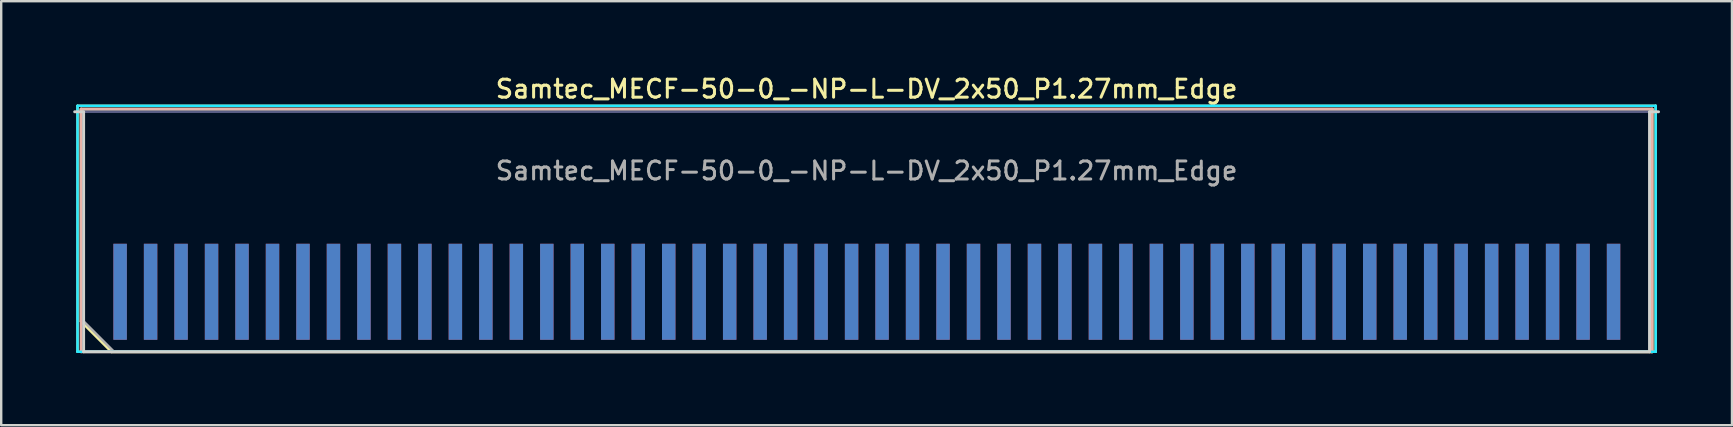
<source format=kicad_pcb>
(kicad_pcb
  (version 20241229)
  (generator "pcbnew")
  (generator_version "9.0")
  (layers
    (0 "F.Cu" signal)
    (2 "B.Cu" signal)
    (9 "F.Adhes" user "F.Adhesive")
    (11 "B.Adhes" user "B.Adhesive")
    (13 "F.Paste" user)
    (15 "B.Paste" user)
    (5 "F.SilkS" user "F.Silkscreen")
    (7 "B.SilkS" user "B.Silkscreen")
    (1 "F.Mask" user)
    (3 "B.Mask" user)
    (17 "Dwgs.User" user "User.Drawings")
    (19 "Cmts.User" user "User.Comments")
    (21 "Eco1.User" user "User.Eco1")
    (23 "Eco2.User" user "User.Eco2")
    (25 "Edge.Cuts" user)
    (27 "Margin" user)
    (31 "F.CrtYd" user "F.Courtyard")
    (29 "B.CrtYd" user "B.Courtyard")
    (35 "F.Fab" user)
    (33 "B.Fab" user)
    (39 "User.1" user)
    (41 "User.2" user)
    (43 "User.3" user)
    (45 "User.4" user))
  (footprint "Samtec_MECF-50-0_-NP-L-DV_2x50_P1.27mm_Edge"
    (layer "F.Cu")
    (at 33.06 6.608)
    (property "Reference" "Samtec_MECF-50-0_-NP-L-DV_2x50_P1.27mm_Edge" (at 0 -5.95 0) (layer "F.SilkS") (effects (font (size 0.75 0.75) (thickness 0.125))))
    (attr exclude_from_pos_files exclude_from_bom)
    (fp_line (start -32.88 -5.25) (end -32.88 5) (stroke (width 0.1) (type solid)) (layer "F.SilkS"))
    (fp_line (start -32.88 5) (end 32.88 5) (stroke (width 0.1) (type solid)) (layer "F.SilkS"))
    (fp_line (start -32.73 -5.11) (end 32.73 -5.11) (stroke (width 0.12) (type solid)) (layer "F.SilkS"))
    (fp_line (start -32.73 3.73) (end -32.73 -5.11) (stroke (width 0.12) (type solid)) (layer "F.SilkS"))
    (fp_line (start -31.46 5) (end -32.73 3.73) (stroke (width 0.12) (type solid)) (layer "F.SilkS"))
    (fp_line (start -31.46 5) (end 32.73 5) (stroke (width 0.12) (type solid)) (layer "F.SilkS"))
    (fp_line (start 32.73 5) (end 32.73 -5.11) (stroke (width 0.12) (type solid)) (layer "F.SilkS"))
    (fp_line (start 32.88 -5.25) (end -32.88 -5.25) (stroke (width 0.1) (type solid)) (layer "F.SilkS"))
    (fp_line (start 32.88 5) (end 32.88 -5.25) (stroke (width 0.1) (type solid)) (layer "F.SilkS"))
    (fp_line (start -32.73 -5.11) (end 32.73 -5.11) (stroke (width 0.12) (type solid)) (layer "B.SilkS"))
    (fp_line (start -32.73 5) (end -32.73 -5.11) (stroke (width 0.12) (type solid)) (layer "B.SilkS"))
    (fp_line (start -32.73 5) (end 32.73 5) (stroke (width 0.12) (type solid)) (layer "B.SilkS"))
    (fp_line (start 32.73 5) (end 32.73 -5.11) (stroke (width 0.12) (type solid)) (layer "B.SilkS"))
    (fp_line (start -33 -5) (end -32.625 -5) (stroke (width 0.12) (type solid)) (layer "Edge.Cuts"))
    (fp_line (start -32.625 5) (end -32.625 -5) (stroke (width 0.12) (type solid)) (layer "Edge.Cuts"))
    (fp_line (start -32.625 5) (end 32.625 5) (stroke (width 0.12) (type solid)) (layer "Edge.Cuts"))
    (fp_line (start 32.625 5) (end 32.625 -5) (stroke (width 0.12) (type solid)) (layer "Edge.Cuts"))
    (fp_line (start 33 -5) (end 32.625 -5) (stroke (width 0.12) (type solid)) (layer "Edge.Cuts"))
    (fp_line (start -32.88 -5.25) (end -32.88 5) (stroke (width 0.1) (type solid)) (layer "B.CrtYd"))
    (fp_line (start -32.88 5) (end 32.88 5) (stroke (width 0.1) (type solid)) (layer "B.CrtYd"))
    (fp_line (start 32.88 -5.25) (end -32.88 -5.25) (stroke (width 0.1) (type solid)) (layer "B.CrtYd"))
    (fp_line (start 32.88 5) (end 32.88 -5.25) (stroke (width 0.1) (type solid)) (layer "B.CrtYd"))
    (fp_line (start -32.625 -5) (end 32.625 -5) (stroke (width 0.1) (type solid)) (layer "B.Fab"))
    (fp_line (start -32.625 5) (end -32.625 -5) (stroke (width 0.1) (type solid)) (layer "B.Fab"))
    (fp_line (start -32.625 5) (end 32.625 5) (stroke (width 0.1) (type solid)) (layer "B.Fab"))
    (fp_line (start 32.625 5) (end 32.625 -5) (stroke (width 0.1) (type solid)) (layer "B.Fab"))
    (fp_line (start -32.625 -5) (end 32.625 -5) (stroke (width 0.1) (type solid)) (layer "F.Fab"))
    (fp_line (start -32.625 3.73) (end -32.625 -5) (stroke (width 0.1) (type solid)) (layer "F.Fab"))
    (fp_line (start -32.625 3.73) (end -31.355 5) (stroke (width 0.1) (type solid)) (layer "F.Fab"))
    (fp_line (start -31.355 5) (end 32.625 5) (stroke (width 0.1) (type solid)) (layer "F.Fab"))
    (fp_line (start 32.625 5) (end 32.625 -5) (stroke (width 0.1) (type solid)) (layer "F.Fab"))
    (fp_text user "${REFERENCE}" (at 0 -2.54 0) (layer "F.Fab") (effects (font (size 0.75 0.75) (thickness 0.125))))
    (pad "1" connect rect (at -31.105 2.5) (size 0.56 4) (layers "F.Cu" "F.Mask"))
    (pad "2" connect rect (at -31.105 2.5) (size 0.56 4) (layers "B.Cu" "B.Mask"))
    (pad "3" connect rect (at -29.835 2.5) (size 0.56 4) (layers "F.Cu" "F.Mask"))
    (pad "4" connect rect (at -29.835 2.5) (size 0.56 4) (layers "B.Cu" "B.Mask"))
    (pad "5" connect rect (at -28.565 2.5) (size 0.56 4) (layers "F.Cu" "F.Mask"))
    (pad "6" connect rect (at -28.565 2.5) (size 0.56 4) (layers "B.Cu" "B.Mask"))
    (pad "7" connect rect (at -27.295 2.5) (size 0.56 4) (layers "F.Cu" "F.Mask"))
    (pad "8" connect rect (at -27.295 2.5) (size 0.56 4) (layers "B.Cu" "B.Mask"))
    (pad "9" connect rect (at -26.025 2.5) (size 0.56 4) (layers "F.Cu" "F.Mask"))
    (pad "10" connect rect (at -26.025 2.5) (size 0.56 4) (layers "B.Cu" "B.Mask"))
    (pad "11" connect rect (at -24.755 2.5) (size 0.56 4) (layers "F.Cu" "F.Mask"))
    (pad "12" connect rect (at -24.755 2.5) (size 0.56 4) (layers "B.Cu" "B.Mask"))
    (pad "13" connect rect (at -23.485 2.5) (size 0.56 4) (layers "F.Cu" "F.Mask"))
    (pad "14" connect rect (at -23.485 2.5) (size 0.56 4) (layers "B.Cu" "B.Mask"))
    (pad "15" connect rect (at -22.215 2.5) (size 0.56 4) (layers "F.Cu" "F.Mask"))
    (pad "16" connect rect (at -22.215 2.5) (size 0.56 4) (layers "B.Cu" "B.Mask"))
    (pad "17" connect rect (at -20.945 2.5) (size 0.56 4) (layers "F.Cu" "F.Mask"))
    (pad "18" connect rect (at -20.945 2.5) (size 0.56 4) (layers "B.Cu" "B.Mask"))
    (pad "19" connect rect (at -19.675 2.5) (size 0.56 4) (layers "F.Cu" "F.Mask"))
    (pad "20" connect rect (at -19.675 2.5) (size 0.56 4) (layers "B.Cu" "B.Mask"))
    (pad "21" connect rect (at -18.405 2.5) (size 0.56 4) (layers "F.Cu" "F.Mask"))
    (pad "22" connect rect (at -18.405 2.5) (size 0.56 4) (layers "B.Cu" "B.Mask"))
    (pad "23" connect rect (at -17.135 2.5) (size 0.56 4) (layers "F.Cu" "F.Mask"))
    (pad "24" connect rect (at -17.135 2.5) (size 0.56 4) (layers "B.Cu" "B.Mask"))
    (pad "25" connect rect (at -15.865 2.5) (size 0.56 4) (layers "F.Cu" "F.Mask"))
    (pad "26" connect rect (at -15.865 2.5) (size 0.56 4) (layers "B.Cu" "B.Mask"))
    (pad "27" connect rect (at -14.595 2.5) (size 0.56 4) (layers "F.Cu" "F.Mask"))
    (pad "28" connect rect (at -14.595 2.5) (size 0.56 4) (layers "B.Cu" "B.Mask"))
    (pad "29" connect rect (at -13.325 2.5) (size 0.56 4) (layers "F.Cu" "F.Mask"))
    (pad "30" connect rect (at -13.325 2.5) (size 0.56 4) (layers "B.Cu" "B.Mask"))
    (pad "31" connect rect (at -12.055 2.5) (size 0.56 4) (layers "F.Cu" "F.Mask"))
    (pad "32" connect rect (at -12.055 2.5) (size 0.56 4) (layers "B.Cu" "B.Mask"))
    (pad "33" connect rect (at -10.785 2.5) (size 0.56 4) (layers "F.Cu" "F.Mask"))
    (pad "34" connect rect (at -10.785 2.5) (size 0.56 4) (layers "B.Cu" "B.Mask"))
    (pad "35" connect rect (at -9.515 2.5) (size 0.56 4) (layers "F.Cu" "F.Mask"))
    (pad "36" connect rect (at -9.515 2.5) (size 0.56 4) (layers "B.Cu" "B.Mask"))
    (pad "37" connect rect (at -8.245 2.5) (size 0.56 4) (layers "F.Cu" "F.Mask"))
    (pad "38" connect rect (at -8.245 2.5) (size 0.56 4) (layers "B.Cu" "B.Mask"))
    (pad "39" connect rect (at -6.975 2.5) (size 0.56 4) (layers "F.Cu" "F.Mask"))
    (pad "40" connect rect (at -6.975 2.5) (size 0.56 4) (layers "B.Cu" "B.Mask"))
    (pad "41" connect rect (at -5.705 2.5) (size 0.56 4) (layers "F.Cu" "F.Mask"))
    (pad "42" connect rect (at -5.705 2.5) (size 0.56 4) (layers "B.Cu" "B.Mask"))
    (pad "43" connect rect (at -4.435 2.5) (size 0.56 4) (layers "F.Cu" "F.Mask"))
    (pad "44" connect rect (at -4.435 2.5) (size 0.56 4) (layers "B.Cu" "B.Mask"))
    (pad "45" connect rect (at -3.165 2.5) (size 0.56 4) (layers "F.Cu" "F.Mask"))
    (pad "46" connect rect (at -3.165 2.5) (size 0.56 4) (layers "B.Cu" "B.Mask"))
    (pad "47" connect rect (at -1.895 2.5) (size 0.56 4) (layers "F.Cu" "F.Mask"))
    (pad "48" connect rect (at -1.895 2.5) (size 0.56 4) (layers "B.Cu" "B.Mask"))
    (pad "49" connect rect (at -0.625 2.5) (size 0.56 4) (layers "F.Cu" "F.Mask"))
    (pad "50" connect rect (at -0.625 2.5) (size 0.56 4) (layers "B.Cu" "B.Mask"))
    (pad "51" connect rect (at 0.645 2.5) (size 0.56 4) (layers "F.Cu" "F.Mask"))
    (pad "52" connect rect (at 0.645 2.5) (size 0.56 4) (layers "B.Cu" "B.Mask"))
    (pad "53" connect rect (at 1.915 2.5) (size 0.56 4) (layers "F.Cu" "F.Mask"))
    (pad "54" connect rect (at 1.915 2.5) (size 0.56 4) (layers "B.Cu" "B.Mask"))
    (pad "55" connect rect (at 3.185 2.5) (size 0.56 4) (layers "F.Cu" "F.Mask"))
    (pad "56" connect rect (at 3.185 2.5) (size 0.56 4) (layers "B.Cu" "B.Mask"))
    (pad "57" connect rect (at 4.455 2.5) (size 0.56 4) (layers "F.Cu" "F.Mask"))
    (pad "58" connect rect (at 4.455 2.5) (size 0.56 4) (layers "B.Cu" "B.Mask"))
    (pad "59" connect rect (at 5.725 2.5) (size 0.56 4) (layers "F.Cu" "F.Mask"))
    (pad "60" connect rect (at 5.725 2.5) (size 0.56 4) (layers "B.Cu" "B.Mask"))
    (pad "61" connect rect (at 6.995 2.5) (size 0.56 4) (layers "F.Cu" "F.Mask"))
    (pad "62" connect rect (at 6.995 2.5) (size 0.56 4) (layers "B.Cu" "B.Mask"))
    (pad "63" connect rect (at 8.265 2.5) (size 0.56 4) (layers "F.Cu" "F.Mask"))
    (pad "64" connect rect (at 8.265 2.5) (size 0.56 4) (layers "B.Cu" "B.Mask"))
    (pad "65" connect rect (at 9.535 2.5) (size 0.56 4) (layers "F.Cu" "F.Mask"))
    (pad "66" connect rect (at 9.535 2.5) (size 0.56 4) (layers "B.Cu" "B.Mask"))
    (pad "67" connect rect (at 10.805 2.5) (size 0.56 4) (layers "F.Cu" "F.Mask"))
    (pad "68" connect rect (at 10.805 2.5) (size 0.56 4) (layers "B.Cu" "B.Mask"))
    (pad "69" connect rect (at 12.075 2.5) (size 0.56 4) (layers "F.Cu" "F.Mask"))
    (pad "70" connect rect (at 12.075 2.5) (size 0.56 4) (layers "B.Cu" "B.Mask"))
    (pad "71" connect rect (at 13.345 2.5) (size 0.56 4) (layers "F.Cu" "F.Mask"))
    (pad "72" connect rect (at 13.345 2.5) (size 0.56 4) (layers "B.Cu" "B.Mask"))
    (pad "73" connect rect (at 14.615 2.5) (size 0.56 4) (layers "F.Cu" "F.Mask"))
    (pad "74" connect rect (at 14.615 2.5) (size 0.56 4) (layers "B.Cu" "B.Mask"))
    (pad "75" connect rect (at 15.885 2.5) (size 0.56 4) (layers "F.Cu" "F.Mask"))
    (pad "76" connect rect (at 15.885 2.5) (size 0.56 4) (layers "B.Cu" "B.Mask"))
    (pad "77" connect rect (at 17.155 2.5) (size 0.56 4) (layers "F.Cu" "F.Mask"))
    (pad "78" connect rect (at 17.155 2.5) (size 0.56 4) (layers "B.Cu" "B.Mask"))
    (pad "79" connect rect (at 18.425 2.5) (size 0.56 4) (layers "F.Cu" "F.Mask"))
    (pad "80" connect rect (at 18.425 2.5) (size 0.56 4) (layers "B.Cu" "B.Mask"))
    (pad "81" connect rect (at 19.695 2.5) (size 0.56 4) (layers "F.Cu" "F.Mask"))
    (pad "82" connect rect (at 19.695 2.5) (size 0.56 4) (layers "B.Cu" "B.Mask"))
    (pad "83" connect rect (at 20.965 2.5) (size 0.56 4) (layers "F.Cu" "F.Mask"))
    (pad "84" connect rect (at 20.965 2.5) (size 0.56 4) (layers "B.Cu" "B.Mask"))
    (pad "85" connect rect (at 22.235 2.5) (size 0.56 4) (layers "F.Cu" "F.Mask"))
    (pad "86" connect rect (at 22.235 2.5) (size 0.56 4) (layers "B.Cu" "B.Mask"))
    (pad "87" connect rect (at 23.505 2.5) (size 0.56 4) (layers "F.Cu" "F.Mask"))
    (pad "88" connect rect (at 23.505 2.5) (size 0.56 4) (layers "B.Cu" "B.Mask"))
    (pad "89" connect rect (at 24.775 2.5) (size 0.56 4) (layers "F.Cu" "F.Mask"))
    (pad "90" connect rect (at 24.775 2.5) (size 0.56 4) (layers "B.Cu" "B.Mask"))
    (pad "91" connect rect (at 26.045 2.5) (size 0.56 4) (layers "F.Cu" "F.Mask"))
    (pad "92" connect rect (at 26.045 2.5) (size 0.56 4) (layers "B.Cu" "B.Mask"))
    (pad "93" connect rect (at 27.315 2.5) (size 0.56 4) (layers "F.Cu" "F.Mask"))
    (pad "94" connect rect (at 27.315 2.5) (size 0.56 4) (layers "B.Cu" "B.Mask"))
    (pad "95" connect rect (at 28.585 2.5) (size 0.56 4) (layers "F.Cu" "F.Mask"))
    (pad "96" connect rect (at 28.585 2.5) (size 0.56 4) (layers "B.Cu" "B.Mask"))
    (pad "97" connect rect (at 29.855 2.5) (size 0.56 4) (layers "F.Cu" "F.Mask"))
    (pad "98" connect rect (at 29.855 2.5) (size 0.56 4) (layers "B.Cu" "B.Mask"))
    (pad "99" connect rect (at 31.125 2.5) (size 0.56 4) (layers "F.Cu" "F.Mask"))
    (pad "100" connect rect (at 31.125 2.5) (size 0.56 4) (layers "B.Cu" "B.Mask")))
  (gr_rect
    (start -3 -3)
    (end 69.12 14.668)
    (stroke (width 0.1) (type default))
    (fill no)
    (layer "Edge.Cuts")))
</source>
